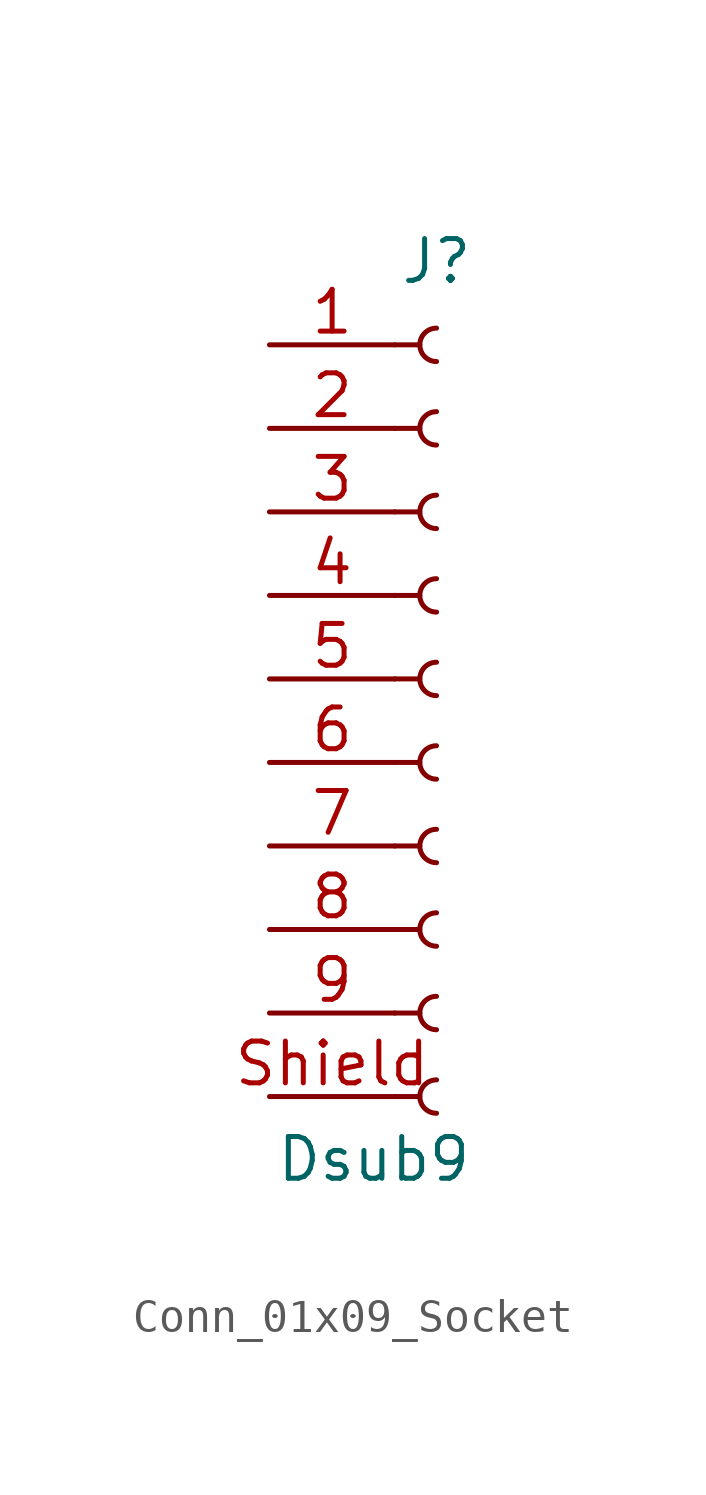
<source format=kicad_sym>
(kicad_symbol_lib
  (version 20220914)
  (generator kicad_symbol_editor)
  (symbol "Conn_01x09_Socket"
    (pin_names
      (offset 1.016) hide)
    (property "Reference" "J"
      (at 0 12.7 0)
      (effects (font (size 1.27 1.27))))
    (property "Value" "Dsub9"
      (at -1.905 -14.605 0)
      (effects (font (size 1.27 1.27))))
    (property "ki_locked" ""
      (at 0 0 0)
      (effects (font (size 1.27 1.27))))
    (symbol "Conn_01x09_Socket_1_1"
      (arc (start 0 -12.192) (mid -0.5058 -12.7) (end 0 -13.208) (stroke (width 0.1524) (type default)) (fill (type none)))
      (arc (start 0 -9.652) (mid -0.5058 -10.16) (end 0 -10.668) (stroke (width 0.1524) (type default)) (fill (type none)))
      (arc (start 0 -7.112) (mid -0.5058 -7.62) (end 0 -8.128) (stroke (width 0.1524) (type default)) (fill (type none)))
      (arc (start 0 -4.572) (mid -0.5058 -5.08) (end 0 -5.588) (stroke (width 0.1524) (type default)) (fill (type none)))
      (arc (start 0 -2.032) (mid -0.5058 -2.54) (end 0 -3.048) (stroke (width 0.1524) (type default)) (fill (type none)))
      (polyline (pts (xy -1.27 -12.7) (xy -0.508 -12.7)) (stroke (width 0.152) (type default)) (fill (type none)))
      (polyline (pts (xy -1.27 -10.16) (xy -0.508 -10.16)) (stroke (width 0.152) (type default)) (fill (type none)))
      (polyline (pts (xy -1.27 -7.62) (xy -0.508 -7.62)) (stroke (width 0.152) (type default)) (fill (type none)))
      (polyline (pts (xy -1.27 -5.08) (xy -0.508 -5.08)) (stroke (width 0.152) (type default)) (fill (type none)))
      (polyline (pts (xy -1.27 -2.54) (xy -0.508 -2.54)) (stroke (width 0.152) (type default)) (fill (type none)))
      (polyline (pts (xy -1.27 0) (xy -0.508 0)) (stroke (width 0.152) (type default)) (fill (type none)))
      (polyline (pts (xy -1.27 2.54) (xy -0.508 2.54)) (stroke (width 0.152) (type default)) (fill (type none)))
      (polyline (pts (xy -1.27 5.08) (xy -0.508 5.08)) (stroke (width 0.152) (type default)) (fill (type none)))
      (polyline (pts (xy -1.27 7.62) (xy -0.508 7.62)) (stroke (width 0.152) (type default)) (fill (type none)))
      (polyline (pts (xy -1.27 10.16) (xy -0.508 10.16)) (stroke (width 0.152) (type default)) (fill (type none)))
      (arc (start 0 0.508) (mid -0.5058 0) (end 0 -0.508) (stroke (width 0.1524) (type default)) (fill (type none)))
      (arc (start 0 3.048) (mid -0.5058 2.54) (end 0 2.032) (stroke (width 0.1524) (type default)) (fill (type none)))
      (arc (start 0 5.588) (mid -0.5058 5.08) (end 0 4.572) (stroke (width 0.1524) (type default)) (fill (type none)))
      (arc (start 0 8.128) (mid -0.5058 7.62) (end 0 7.112) (stroke (width 0.1524) (type default)) (fill (type none)))
      (arc (start 0 10.668) (mid -0.5058 10.16) (end 0 9.652) (stroke (width 0.1524) (type default)) (fill (type none)))
      (pin passive line (at -5.08 10.16 0) (length 3.81) (name "Pin_1" (effects (font (size 1.27 1.27)))) (number "1" (effects (font (size 1.27 1.27)))))
      (pin passive line (at -5.08 7.62 0) (length 3.81) (name "Pin_2" (effects (font (size 1.27 1.27)))) (number "2" (effects (font (size 1.27 1.27)))))
      (pin passive line (at -5.08 5.08 0) (length 3.81) (name "Pin_3" (effects (font (size 1.27 1.27)))) (number "3" (effects (font (size 1.27 1.27)))))
      (pin passive line (at -5.08 2.54 0) (length 3.81) (name "Pin_4" (effects (font (size 1.27 1.27)))) (number "4" (effects (font (size 1.27 1.27)))))
      (pin passive line (at -5.08 0 0) (length 3.81) (name "Pin_5" (effects (font (size 1.27 1.27)))) (number "5" (effects (font (size 1.27 1.27)))))
      (pin passive line (at -5.08 -2.54 0) (length 3.81) (name "Pin_6" (effects (font (size 1.27 1.27)))) (number "6" (effects (font (size 1.27 1.27)))))
      (pin passive line (at -5.08 -5.08 0) (length 3.81) (name "Pin_7" (effects (font (size 1.27 1.27)))) (number "7" (effects (font (size 1.27 1.27)))))
      (pin passive line (at -5.08 -7.62 0) (length 3.81) (name "Pin_8" (effects (font (size 1.27 1.27)))) (number "8" (effects (font (size 1.27 1.27)))))
      (pin passive line (at -5.08 -10.16 0) (length 3.81) (name "Pin_9" (effects (font (size 1.27 1.27)))) (number "9" (effects (font (size 1.27 1.27)))))
      (pin input line (at -5.08 -12.7 0) (length 3.81) (name "Shield" (effects (font (size 1.27 1.27)))) (number "Shield" (effects (font (size 1.27 1.27))))))))
</source>
